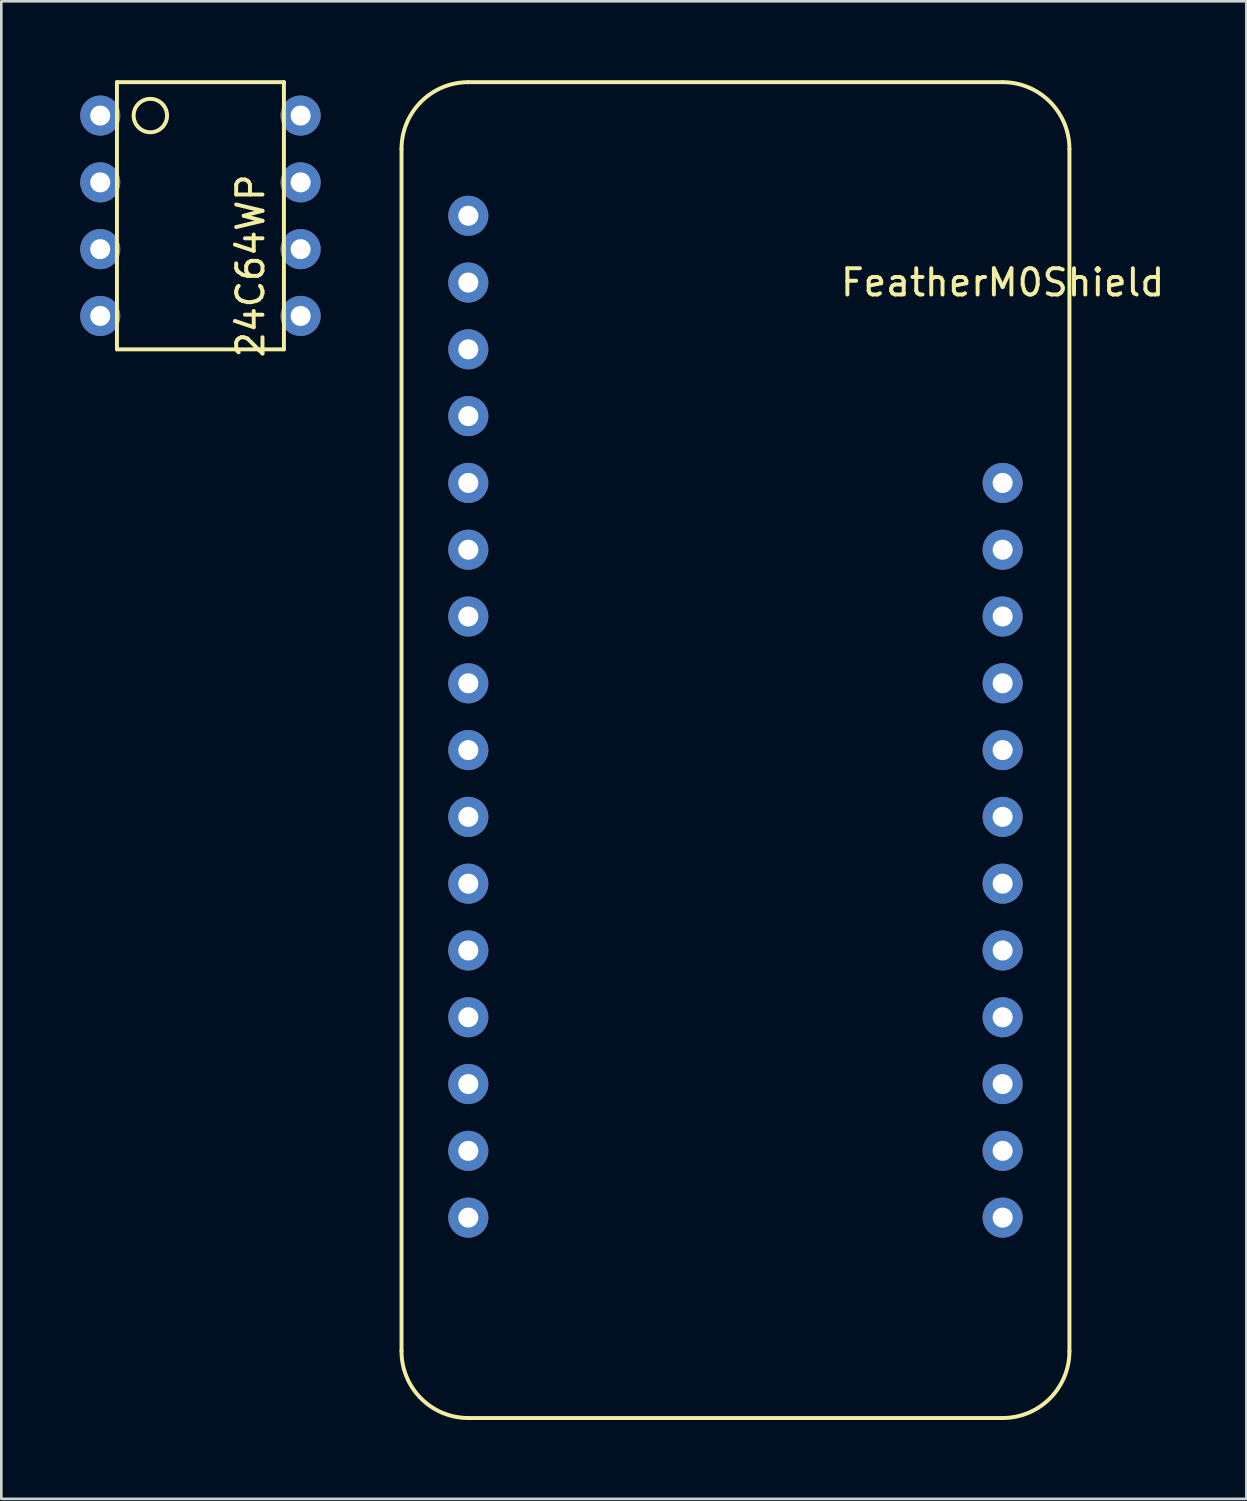
<source format=kicad_pcb>
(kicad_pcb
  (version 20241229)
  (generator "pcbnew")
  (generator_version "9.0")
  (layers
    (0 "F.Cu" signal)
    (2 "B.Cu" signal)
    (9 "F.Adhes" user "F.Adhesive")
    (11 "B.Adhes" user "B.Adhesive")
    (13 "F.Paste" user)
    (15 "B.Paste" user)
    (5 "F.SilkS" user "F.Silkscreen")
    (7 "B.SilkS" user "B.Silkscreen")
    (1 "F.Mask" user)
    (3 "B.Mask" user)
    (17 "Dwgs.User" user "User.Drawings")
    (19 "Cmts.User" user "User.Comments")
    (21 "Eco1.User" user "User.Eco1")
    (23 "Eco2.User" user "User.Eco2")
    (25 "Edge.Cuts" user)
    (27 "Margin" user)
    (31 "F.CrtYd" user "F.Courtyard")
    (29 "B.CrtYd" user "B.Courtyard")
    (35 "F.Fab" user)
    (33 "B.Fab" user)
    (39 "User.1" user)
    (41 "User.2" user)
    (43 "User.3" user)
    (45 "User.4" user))
  (footprint "FeatherM0Shield"
    (layer "F.Cu")
    (at 24.919 22.935)
    (property "Reference" "FeatherM0Shield" (at 10.16 -15.24 0) (layer "F.SilkS") (effects (font (size 1 1) (thickness 0.15))))
    (attr through_hole)
    (fp_line (start -12.7 -20.32) (end -12.7 25.4) (stroke (width 0.15) (type solid)) (layer "F.SilkS"))
    (fp_line (start 10.16 -22.86) (end -10.16 -22.86) (stroke (width 0.15) (type solid)) (layer "F.SilkS"))
    (fp_line (start 10.16 27.94) (end -10.16 27.94) (stroke (width 0.15) (type solid)) (layer "F.SilkS"))
    (fp_line (start 12.7 -20.32) (end 12.7 25.4) (stroke (width 0.15) (type solid)) (layer "F.SilkS"))
    (fp_arc (start -12.7 -20.32) (mid -11.956051 -22.116051) (end -10.16 -22.86) (stroke (width 0.15) (type solid)) (layer "F.SilkS"))
    (fp_arc (start -10.16 27.94) (mid -11.956051 27.196051) (end -12.7 25.4) (stroke (width 0.15) (type solid)) (layer "F.SilkS"))
    (fp_arc (start 10.16 -22.86) (mid 11.956051 -22.116051) (end 12.7 -20.32) (stroke (width 0.15) (type solid)) (layer "F.SilkS"))
    (fp_arc (start 12.7 25.4) (mid 11.956051 27.196051) (end 10.16 27.94) (stroke (width 0.15) (type solid)) (layer "F.SilkS"))
    (pad "1" thru_hole circle (at -10.16 -17.78) (size 1.524 1.524) (drill 0.762) (layers "*.Cu" "*.Mask"))
    (pad "2" thru_hole circle (at -10.16 -15.24) (size 1.524 1.524) (drill 0.762) (layers "*.Cu" "*.Mask"))
    (pad "3" thru_hole circle (at -10.16 -12.7) (size 1.524 1.524) (drill 0.762) (layers "*.Cu" "*.Mask"))
    (pad "4" thru_hole circle (at -10.16 -10.16) (size 1.524 1.524) (drill 0.762) (layers "*.Cu" "*.Mask"))
    (pad "5" thru_hole circle (at -10.16 -7.62) (size 1.524 1.524) (drill 0.762) (layers "*.Cu" "*.Mask"))
    (pad "6" thru_hole circle (at -10.16 -5.08) (size 1.524 1.524) (drill 0.762) (layers "*.Cu" "*.Mask"))
    (pad "7" thru_hole circle (at -10.16 -2.54) (size 1.524 1.524) (drill 0.762) (layers "*.Cu" "*.Mask"))
    (pad "8" thru_hole circle (at -10.16 0) (size 1.524 1.524) (drill 0.762) (layers "*.Cu" "*.Mask"))
    (pad "9" thru_hole circle (at -10.16 2.54) (size 1.524 1.524) (drill 0.762) (layers "*.Cu" "*.Mask"))
    (pad "10" thru_hole circle (at -10.16 5.08) (size 1.524 1.524) (drill 0.762) (layers "*.Cu" "*.Mask"))
    (pad "11" thru_hole circle (at -10.16 7.62) (size 1.524 1.524) (drill 0.762) (layers "*.Cu" "*.Mask"))
    (pad "12" thru_hole circle (at -10.16 10.16) (size 1.524 1.524) (drill 0.762) (layers "*.Cu" "*.Mask"))
    (pad "13" thru_hole circle (at -10.16 12.7) (size 1.524 1.524) (drill 0.762) (layers "*.Cu" "*.Mask"))
    (pad "14" thru_hole circle (at -10.16 15.24) (size 1.524 1.524) (drill 0.762) (layers "*.Cu" "*.Mask"))
    (pad "15" thru_hole circle (at -10.16 17.78) (size 1.524 1.524) (drill 0.762) (layers "*.Cu" "*.Mask"))
    (pad "16" thru_hole circle (at -10.16 20.32) (size 1.524 1.524) (drill 0.762) (layers "*.Cu" "*.Mask"))
    (pad "17" thru_hole circle (at 10.16 20.32) (size 1.524 1.524) (drill 0.762) (layers "*.Cu" "*.Mask"))
    (pad "18" thru_hole circle (at 10.16 17.78) (size 1.524 1.524) (drill 0.762) (layers "*.Cu" "*.Mask"))
    (pad "19" thru_hole circle (at 10.16 15.24) (size 1.524 1.524) (drill 0.762) (layers "*.Cu" "*.Mask"))
    (pad "20" thru_hole circle (at 10.16 12.7) (size 1.524 1.524) (drill 0.762) (layers "*.Cu" "*.Mask"))
    (pad "21" thru_hole circle (at 10.16 10.16) (size 1.524 1.524) (drill 0.762) (layers "*.Cu" "*.Mask"))
    (pad "22" thru_hole circle (at 10.16 7.62) (size 1.524 1.524) (drill 0.762) (layers "*.Cu" "*.Mask"))
    (pad "23" thru_hole circle (at 10.16 5.08) (size 1.524 1.524) (drill 0.762) (layers "*.Cu" "*.Mask"))
    (pad "24" thru_hole circle (at 10.16 2.54) (size 1.524 1.524) (drill 0.762) (layers "*.Cu" "*.Mask"))
    (pad "25" thru_hole circle (at 10.16 0) (size 1.524 1.524) (drill 0.762) (layers "*.Cu" "*.Mask"))
    (pad "26" thru_hole circle (at 10.16 -2.54) (size 1.524 1.524) (drill 0.762) (layers "*.Cu" "*.Mask"))
    (pad "27" thru_hole circle (at 10.16 -5.08) (size 1.524 1.524) (drill 0.762) (layers "*.Cu" "*.Mask"))
    (pad "28" thru_hole circle (at 10.16 -7.62) (size 1.524 1.524) (drill 0.762) (layers "*.Cu" "*.Mask")))
  (footprint "24C64WP"
    (layer "F.Cu")
    (at 4.572 5.155)
    (property "Reference" "24C64WP" (at 1.905 1.905 90) (layer "F.SilkS") (effects (font (size 1 1) (thickness 0.15))))
    (attr through_hole)
    (fp_line (start -3.175 -5.08) (end -3.175 5.08) (stroke (width 0.15) (type solid)) (layer "F.SilkS"))
    (fp_line (start -3.175 5.08) (end 3.175 5.08) (stroke (width 0.15) (type solid)) (layer "F.SilkS"))
    (fp_line (start 3.175 -5.08) (end -3.175 -5.08) (stroke (width 0.15) (type solid)) (layer "F.SilkS"))
    (fp_line (start 3.175 5.08) (end 3.175 -5.08) (stroke (width 0.15) (type solid)) (layer "F.SilkS"))
    (fp_circle (center -1.905 -3.81) (end -1.905 -4.445) (stroke (width 0.15) (type solid)) (fill no) (layer "F.SilkS"))
    (pad "1" thru_hole circle (at -3.81 -3.81) (size 1.524 1.524) (drill 0.762) (layers "*.Cu" "*.Mask"))
    (pad "2" thru_hole circle (at -3.81 -1.27) (size 1.524 1.524) (drill 0.762) (layers "*.Cu" "*.Mask"))
    (pad "3" thru_hole circle (at -3.81 1.27) (size 1.524 1.524) (drill 0.762) (layers "*.Cu" "*.Mask"))
    (pad "4" thru_hole circle (at -3.81 3.81) (size 1.524 1.524) (drill 0.762) (layers "*.Cu" "*.Mask"))
    (pad "5" thru_hole circle (at 3.81 3.81) (size 1.524 1.524) (drill 0.762) (layers "*.Cu" "*.Mask"))
    (pad "6" thru_hole circle (at 3.81 1.27) (size 1.524 1.524) (drill 0.762) (layers "*.Cu" "*.Mask"))
    (pad "7" thru_hole circle (at 3.81 -1.27) (size 1.524 1.524) (drill 0.762) (layers "*.Cu" "*.Mask"))
    (pad "8" thru_hole circle (at 3.81 -3.81) (size 1.524 1.524) (drill 0.762) (layers "*.Cu" "*.Mask")))
  (gr_rect
    (start -3 -3)
    (end 44.347 53.95)
    (stroke (width 0.1) (type default))
    (fill no)
    (layer "Edge.Cuts")))
</source>
